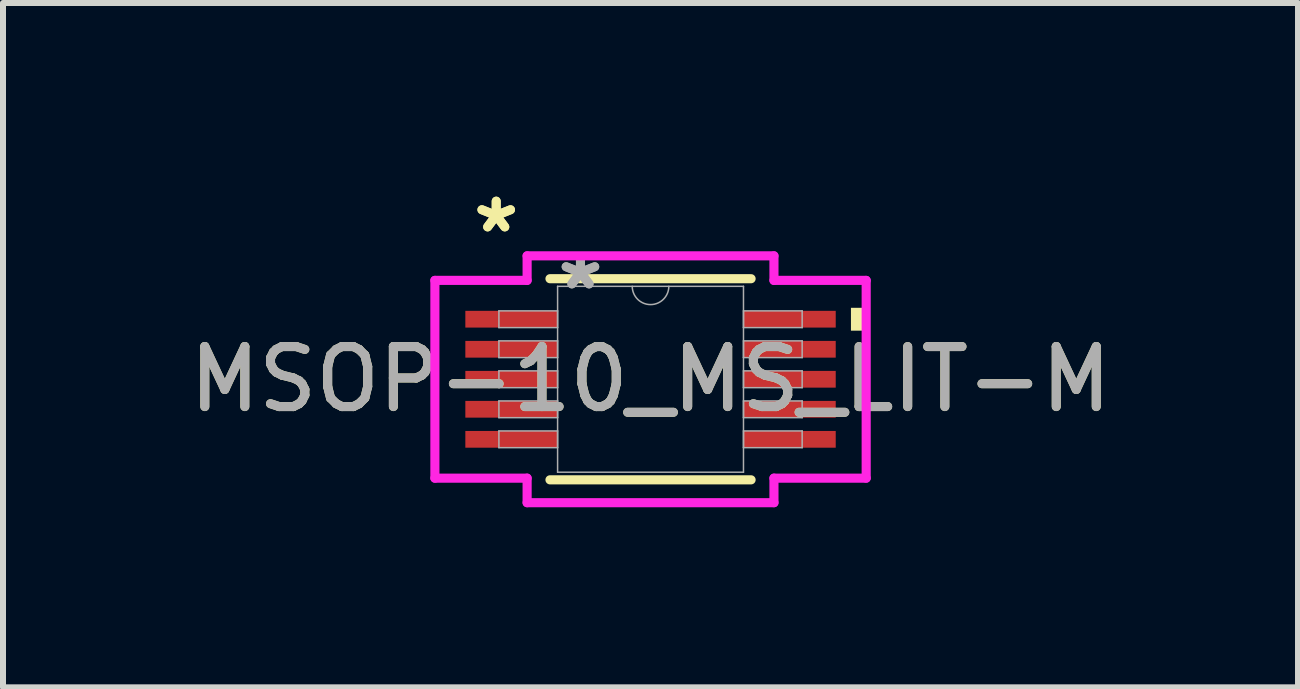
<source format=kicad_pcb>
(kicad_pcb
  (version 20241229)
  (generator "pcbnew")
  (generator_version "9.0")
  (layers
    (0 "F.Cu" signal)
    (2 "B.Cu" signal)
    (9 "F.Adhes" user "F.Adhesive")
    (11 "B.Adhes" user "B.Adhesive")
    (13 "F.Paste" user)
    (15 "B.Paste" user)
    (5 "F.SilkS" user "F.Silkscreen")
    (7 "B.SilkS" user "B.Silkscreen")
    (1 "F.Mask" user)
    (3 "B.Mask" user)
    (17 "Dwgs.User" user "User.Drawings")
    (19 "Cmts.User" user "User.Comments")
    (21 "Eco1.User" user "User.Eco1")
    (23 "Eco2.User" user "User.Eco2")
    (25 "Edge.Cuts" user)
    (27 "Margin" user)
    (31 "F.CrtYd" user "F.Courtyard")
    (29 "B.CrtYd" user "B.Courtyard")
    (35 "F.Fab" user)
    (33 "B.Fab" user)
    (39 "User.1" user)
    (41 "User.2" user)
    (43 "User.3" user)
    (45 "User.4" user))
  (footprint "MSOP-10_MS_LIT-M"
    (layer "F.Cu")
    (at 7.792 3.271)
    (property "Reference" "MSOP-10_MS_LIT-M" (at 0 0 0) (unlocked yes) (layer "F.SilkS") (effects (font (size 1 1) (thickness 0.15))))
    (attr smd)
    (fp_line (start -1.676 1.676) (end 1.676 1.676) (stroke (width 0.152) (type solid)) (layer "F.SilkS"))
    (fp_line (start 1.676 -1.676) (end -1.676 -1.676) (stroke (width 0.152) (type solid)) (layer "F.SilkS"))
    (fp_poly (pts (xy 3.594 -1.191) (xy 3.594 -0.81) (xy 3.34 -0.81) (xy 3.34 -1.191)) (stroke (width 0) (type solid)) (fill yes) (layer "F.SilkS"))
    (fp_line (start -3.594 -1.648) (end -2.057 -1.648) (stroke (width 0.152) (type solid)) (layer "F.CrtYd"))
    (fp_line (start -3.594 1.648) (end -3.594 -1.648) (stroke (width 0.152) (type solid)) (layer "F.CrtYd"))
    (fp_line (start -3.594 1.648) (end -2.057 1.648) (stroke (width 0.152) (type solid)) (layer "F.CrtYd"))
    (fp_line (start -2.057 -2.057) (end 2.057 -2.057) (stroke (width 0.152) (type solid)) (layer "F.CrtYd"))
    (fp_line (start -2.057 -1.648) (end -2.057 -2.057) (stroke (width 0.152) (type solid)) (layer "F.CrtYd"))
    (fp_line (start -2.057 2.057) (end -2.057 1.648) (stroke (width 0.152) (type solid)) (layer "F.CrtYd"))
    (fp_line (start 2.057 -2.057) (end 2.057 -1.648) (stroke (width 0.152) (type solid)) (layer "F.CrtYd"))
    (fp_line (start 2.057 1.648) (end 2.057 2.057) (stroke (width 0.152) (type solid)) (layer "F.CrtYd"))
    (fp_line (start 2.057 2.057) (end -2.057 2.057) (stroke (width 0.152) (type solid)) (layer "F.CrtYd"))
    (fp_line (start 3.594 -1.648) (end 2.057 -1.648) (stroke (width 0.152) (type solid)) (layer "F.CrtYd"))
    (fp_line (start 3.594 -1.648) (end 3.594 1.648) (stroke (width 0.152) (type solid)) (layer "F.CrtYd"))
    (fp_line (start 3.594 1.648) (end 2.057 1.648) (stroke (width 0.152) (type solid)) (layer "F.CrtYd"))
    (fp_line (start -2.527 -1.14) (end -2.527 -0.861) (stroke (width 0.025) (type solid)) (layer "F.Fab"))
    (fp_line (start -2.527 -0.861) (end -1.549 -0.861) (stroke (width 0.025) (type solid)) (layer "F.Fab"))
    (fp_line (start -2.527 -0.64) (end -2.527 -0.361) (stroke (width 0.025) (type solid)) (layer "F.Fab"))
    (fp_line (start -2.527 -0.361) (end -1.549 -0.361) (stroke (width 0.025) (type solid)) (layer "F.Fab"))
    (fp_line (start -2.527 -0.14) (end -2.527 0.14) (stroke (width 0.025) (type solid)) (layer "F.Fab"))
    (fp_line (start -2.527 0.14) (end -1.549 0.14) (stroke (width 0.025) (type solid)) (layer "F.Fab"))
    (fp_line (start -2.527 0.361) (end -2.527 0.64) (stroke (width 0.025) (type solid)) (layer "F.Fab"))
    (fp_line (start -2.527 0.64) (end -1.549 0.64) (stroke (width 0.025) (type solid)) (layer "F.Fab"))
    (fp_line (start -2.527 0.861) (end -2.527 1.14) (stroke (width 0.025) (type solid)) (layer "F.Fab"))
    (fp_line (start -2.527 1.14) (end -1.549 1.14) (stroke (width 0.025) (type solid)) (layer "F.Fab"))
    (fp_line (start -1.549 -1.549) (end -1.549 1.549) (stroke (width 0.025) (type solid)) (layer "F.Fab"))
    (fp_line (start -1.549 -1.14) (end -2.527 -1.14) (stroke (width 0.025) (type solid)) (layer "F.Fab"))
    (fp_line (start -1.549 -0.861) (end -1.549 -1.14) (stroke (width 0.025) (type solid)) (layer "F.Fab"))
    (fp_line (start -1.549 -0.64) (end -2.527 -0.64) (stroke (width 0.025) (type solid)) (layer "F.Fab"))
    (fp_line (start -1.549 -0.361) (end -1.549 -0.64) (stroke (width 0.025) (type solid)) (layer "F.Fab"))
    (fp_line (start -1.549 -0.14) (end -2.527 -0.14) (stroke (width 0.025) (type solid)) (layer "F.Fab"))
    (fp_line (start -1.549 0.14) (end -1.549 -0.14) (stroke (width 0.025) (type solid)) (layer "F.Fab"))
    (fp_line (start -1.549 0.361) (end -2.527 0.361) (stroke (width 0.025) (type solid)) (layer "F.Fab"))
    (fp_line (start -1.549 0.64) (end -1.549 0.361) (stroke (width 0.025) (type solid)) (layer "F.Fab"))
    (fp_line (start -1.549 0.861) (end -2.527 0.861) (stroke (width 0.025) (type solid)) (layer "F.Fab"))
    (fp_line (start -1.549 1.14) (end -1.549 0.861) (stroke (width 0.025) (type solid)) (layer "F.Fab"))
    (fp_line (start -1.549 1.549) (end 1.549 1.549) (stroke (width 0.025) (type solid)) (layer "F.Fab"))
    (fp_line (start 1.549 -1.549) (end -1.549 -1.549) (stroke (width 0.025) (type solid)) (layer "F.Fab"))
    (fp_line (start 1.549 -1.14) (end 1.549 -0.861) (stroke (width 0.025) (type solid)) (layer "F.Fab"))
    (fp_line (start 1.549 -0.861) (end 2.527 -0.861) (stroke (width 0.025) (type solid)) (layer "F.Fab"))
    (fp_line (start 1.549 -0.64) (end 1.549 -0.361) (stroke (width 0.025) (type solid)) (layer "F.Fab"))
    (fp_line (start 1.549 -0.361) (end 2.527 -0.361) (stroke (width 0.025) (type solid)) (layer "F.Fab"))
    (fp_line (start 1.549 -0.14) (end 1.549 0.14) (stroke (width 0.025) (type solid)) (layer "F.Fab"))
    (fp_line (start 1.549 0.14) (end 2.527 0.14) (stroke (width 0.025) (type solid)) (layer "F.Fab"))
    (fp_line (start 1.549 0.361) (end 1.549 0.64) (stroke (width 0.025) (type solid)) (layer "F.Fab"))
    (fp_line (start 1.549 0.64) (end 2.527 0.64) (stroke (width 0.025) (type solid)) (layer "F.Fab"))
    (fp_line (start 1.549 0.861) (end 1.549 1.14) (stroke (width 0.025) (type solid)) (layer "F.Fab"))
    (fp_line (start 1.549 1.14) (end 2.527 1.14) (stroke (width 0.025) (type solid)) (layer "F.Fab"))
    (fp_line (start 1.549 1.549) (end 1.549 -1.549) (stroke (width 0.025) (type solid)) (layer "F.Fab"))
    (fp_line (start 2.527 -1.14) (end 1.549 -1.14) (stroke (width 0.025) (type solid)) (layer "F.Fab"))
    (fp_line (start 2.527 -0.861) (end 2.527 -1.14) (stroke (width 0.025) (type solid)) (layer "F.Fab"))
    (fp_line (start 2.527 -0.64) (end 1.549 -0.64) (stroke (width 0.025) (type solid)) (layer "F.Fab"))
    (fp_line (start 2.527 -0.361) (end 2.527 -0.64) (stroke (width 0.025) (type solid)) (layer "F.Fab"))
    (fp_line (start 2.527 -0.14) (end 1.549 -0.14) (stroke (width 0.025) (type solid)) (layer "F.Fab"))
    (fp_line (start 2.527 0.14) (end 2.527 -0.14) (stroke (width 0.025) (type solid)) (layer "F.Fab"))
    (fp_line (start 2.527 0.361) (end 1.549 0.361) (stroke (width 0.025) (type solid)) (layer "F.Fab"))
    (fp_line (start 2.527 0.64) (end 2.527 0.361) (stroke (width 0.025) (type solid)) (layer "F.Fab"))
    (fp_line (start 2.527 0.861) (end 1.549 0.861) (stroke (width 0.025) (type solid)) (layer "F.Fab"))
    (fp_line (start 2.527 1.14) (end 2.527 0.861) (stroke (width 0.025) (type solid)) (layer "F.Fab"))
    (fp_arc (start 0.3048 -1.5494) (mid 0 -1.2446) (end -0.3048 -1.5494) (stroke (width 0.0254) (type solid)) (layer "F.Fab"))
    (fp_text user "*" (at -2.572 -2.423 0) (layer "F.SilkS") (effects (font (size 1 1) (thickness 0.15))))
    (fp_text user "*" (at -2.572 -2.423 0) (unlocked yes) (layer "F.SilkS") (effects (font (size 1 1) (thickness 0.15))))
    (fp_text user "${REFERENCE}" (at 0 0 0) (unlocked yes) (layer "F.Fab") (effects (font (size 1 1) (thickness 0.15))))
    (fp_text user "*" (at -1.168 -1.473 0) (unlocked yes) (layer "F.Fab") (effects (font (size 1 1) (thickness 0.15))))
    (fp_text user "*" (at -1.168 -1.473 0) (layer "F.Fab") (effects (font (size 1 1) (thickness 0.15))))
    (pad "1" smd rect (at -2.318 -1.001) (size 1.537 0.279) (layers "F.Cu" "F.Mask" "F.Paste"))
    (pad "2" smd rect (at -2.318 -0.5) (size 1.537 0.279) (layers "F.Cu" "F.Mask" "F.Paste"))
    (pad "3" smd rect (at -2.318 0) (size 1.537 0.279) (layers "F.Cu" "F.Mask" "F.Paste"))
    (pad "4" smd rect (at -2.318 0.5) (size 1.537 0.279) (layers "F.Cu" "F.Mask" "F.Paste"))
    (pad "5" smd rect (at -2.318 1.001) (size 1.537 0.279) (layers "F.Cu" "F.Mask" "F.Paste"))
    (pad "6" smd rect (at 2.318 1.001) (size 1.537 0.279) (layers "F.Cu" "F.Mask" "F.Paste"))
    (pad "7" smd rect (at 2.318 0.5) (size 1.537 0.279) (layers "F.Cu" "F.Mask" "F.Paste"))
    (pad "8" smd rect (at 2.318 0) (size 1.537 0.279) (layers "F.Cu" "F.Mask" "F.Paste"))
    (pad "9" smd rect (at 2.318 -0.5) (size 1.537 0.279) (layers "F.Cu" "F.Mask" "F.Paste"))
    (pad "10" smd rect (at 2.318 -1.001) (size 1.537 0.279) (layers "F.Cu" "F.Mask" "F.Paste")))
  (gr_rect
    (start -3 -3)
    (end 18.583 8.405)
    (stroke (width 0.1) (type default))
    (fill no)
    (layer "Edge.Cuts")))
</source>
